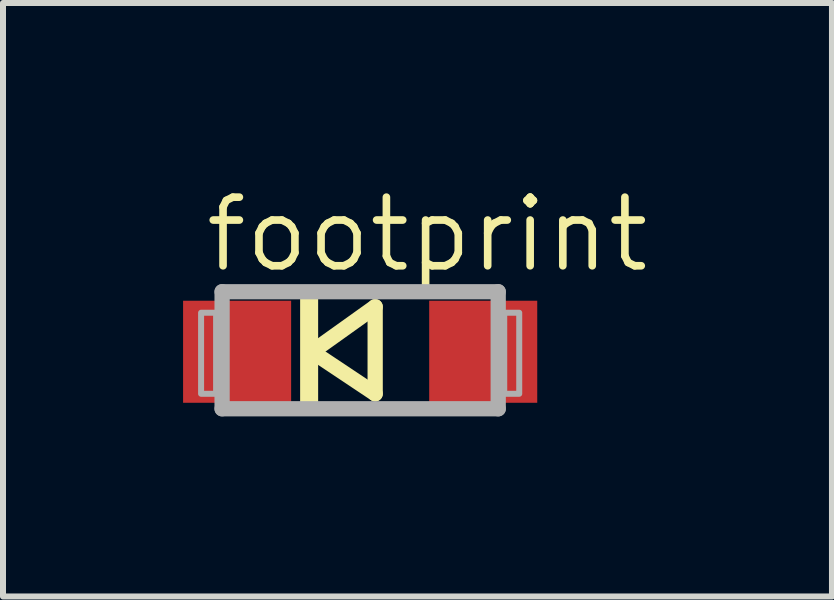
<source format=kicad_pcb>
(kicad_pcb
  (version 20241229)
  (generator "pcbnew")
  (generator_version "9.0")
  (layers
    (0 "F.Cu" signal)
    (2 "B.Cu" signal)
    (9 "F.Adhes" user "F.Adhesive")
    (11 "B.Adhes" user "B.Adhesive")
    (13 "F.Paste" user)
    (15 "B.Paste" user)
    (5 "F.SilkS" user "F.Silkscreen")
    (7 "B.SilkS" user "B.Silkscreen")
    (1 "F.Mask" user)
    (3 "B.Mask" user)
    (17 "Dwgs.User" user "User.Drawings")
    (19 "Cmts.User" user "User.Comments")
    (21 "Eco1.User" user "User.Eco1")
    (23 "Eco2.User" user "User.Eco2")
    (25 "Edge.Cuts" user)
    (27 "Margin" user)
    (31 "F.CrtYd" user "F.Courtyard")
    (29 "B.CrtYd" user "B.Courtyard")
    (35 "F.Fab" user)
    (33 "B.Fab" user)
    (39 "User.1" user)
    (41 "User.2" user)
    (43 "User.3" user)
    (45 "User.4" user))
  (footprint "footprint"
    (layer "F.Cu")
    (at 2.95 2.81)
    (property "Reference" "footprint" (at -2.64 -1.286 0) (layer "F.SilkS") (effects (font (size 1.143 1.143) (thickness 0.127)) (justify left bottom)))
    (fp_line (start -0.8 0) (end 0.25 -0.75) (stroke (width 0.254) (type solid)) (layer "F.SilkS"))
    (fp_line (start 0.25 -0.75) (end 0.25 0.7) (stroke (width 0.254) (type solid)) (layer "F.SilkS"))
    (fp_line (start 0.25 0.7) (end -0.8 0) (stroke (width 0.254) (type solid)) (layer "F.SilkS"))
    (fp_poly (pts (xy -1 1.05) (xy -0.7 1.05) (xy -0.7 -1.05) (xy -1 -1.05)) (stroke (width 0) (type solid)) (fill yes) (layer "F.SilkS"))
    (fp_line (start -2.3 -1) (end 2.3 -1) (stroke (width 0.254) (type solid)) (layer "F.Fab"))
    (fp_line (start -2.3 0.95) (end -2.3 -1) (stroke (width 0.254) (type solid)) (layer "F.Fab"))
    (fp_line (start 2.3 -1) (end 2.3 0.95) (stroke (width 0.254) (type solid)) (layer "F.Fab"))
    (fp_line (start 2.3 0.95) (end -2.3 0.95) (stroke (width 0.254) (type solid)) (layer "F.Fab"))
    (fp_poly (pts (xy -2.65 0.7) (xy -2.4 0.7) (xy -2.4 -0.65) (xy -2.65 -0.65)) (stroke (width 0.1) (type solid)) (fill no) (layer "F.Fab"))
    (fp_poly (pts (xy 2.4 0.7) (xy 2.65 0.7) (xy 2.65 -0.65) (xy 2.4 -0.65)) (stroke (width 0.1) (type solid)) (fill no) (layer "F.Fab"))
    (pad "A" smd rect (at 2.05 0) (size 1.8 1.7) (layers "F.Cu" "F.Mask" "F.Paste"))
    (pad "C" smd rect (at -2.05 0) (size 1.8 1.7) (layers "F.Cu" "F.Mask" "F.Paste")))
  (gr_rect
    (start -3 -3)
    (end 10.81 6.887)
    (stroke (width 0.1) (type default))
    (fill no)
    (layer "Edge.Cuts")))
</source>
